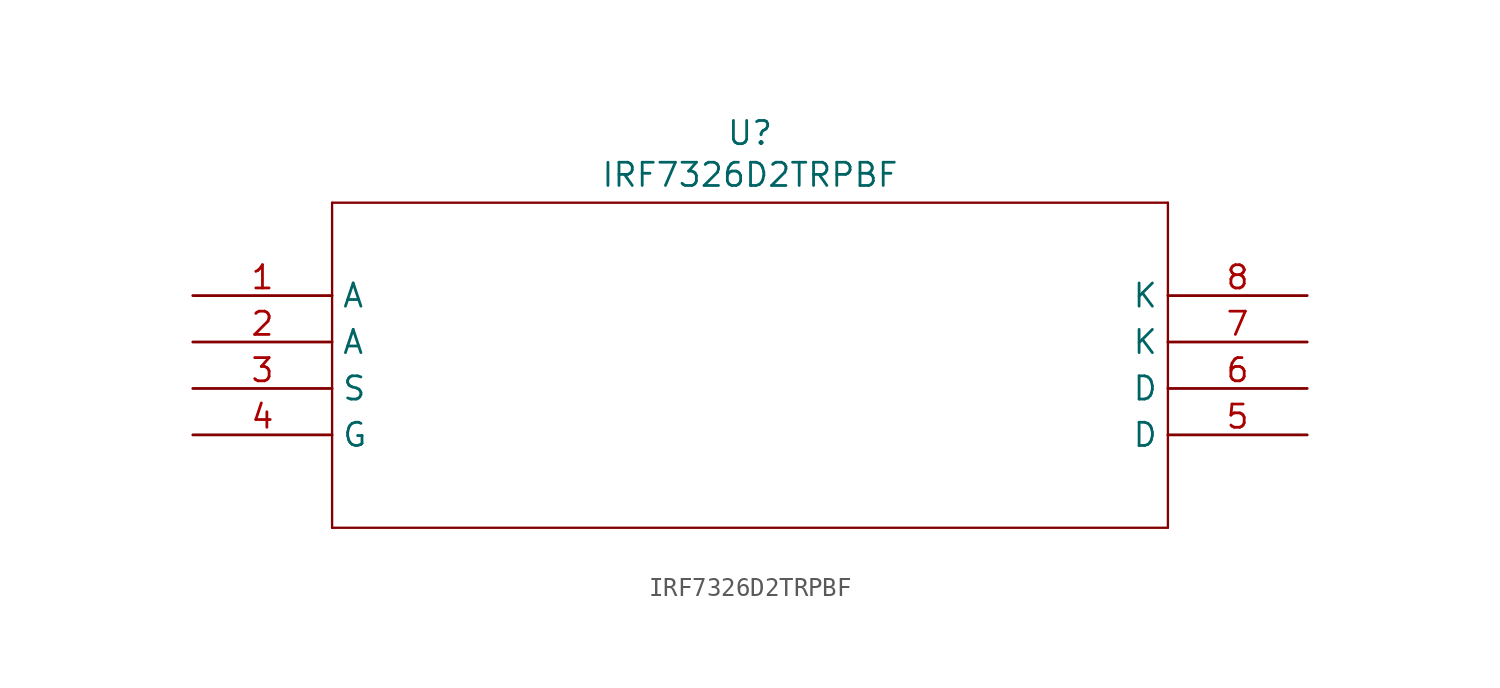
<source format=kicad_sym>
(kicad_symbol_lib
  (version 20241209)
  (generator "kicad_symbol_editor")
  (generator_version "9.0")
  (symbol "IRF7326D2TRPBF"
    (property "Reference" "U"
      (at 30.48 8.89 0)
      (effects (font (size 1.27 1.27))))
    (property "Value" "IRF7326D2TRPBF"
      (at 30.48 6.604 0)
      (effects (font (size 1.27 1.27))))
    (symbol "IRF7326D2TRPBF_0_1"
      (polyline (pts (xy 7.62 5.08) (xy 7.62 -12.7)) (stroke (width 0.127) (type default)) (fill (type none)))
      (polyline (pts (xy 7.62 -12.7) (xy 53.34 -12.7)) (stroke (width 0.127) (type default)) (fill (type none)))
      (polyline (pts (xy 53.34 5.08) (xy 7.62 5.08)) (stroke (width 0.127) (type default)) (fill (type none)))
      (polyline (pts (xy 53.34 -12.7) (xy 53.34 5.08)) (stroke (width 0.127) (type default)) (fill (type none))))
    (symbol "IRF7326D2TRPBF_1_1"
      (pin passive line (at 0 0 0) (length 7.62) (name "A" (effects (font (size 1.27 1.27)))) (number "1" (effects (font (size 1.27 1.27)))))
      (pin passive line (at 0 -2.54 0) (length 7.62) (name "A" (effects (font (size 1.27 1.27)))) (number "2" (effects (font (size 1.27 1.27)))))
      (pin passive line (at 0 -5.08 0) (length 7.62) (name "S" (effects (font (size 1.27 1.27)))) (number "3" (effects (font (size 1.27 1.27)))))
      (pin passive line (at 0 -7.62 0) (length 7.62) (name "G" (effects (font (size 1.27 1.27)))) (number "4" (effects (font (size 1.27 1.27)))))
      (pin passive line (at 60.96 0 180) (length 7.62) (name "K" (effects (font (size 1.27 1.27)))) (number "8" (effects (font (size 1.27 1.27)))))
      (pin passive line (at 60.96 -2.54 180) (length 7.62) (name "K" (effects (font (size 1.27 1.27)))) (number "7" (effects (font (size 1.27 1.27)))))
      (pin passive line (at 60.96 -5.08 180) (length 7.62) (name "D" (effects (font (size 1.27 1.27)))) (number "6" (effects (font (size 1.27 1.27)))))
      (pin passive line (at 60.96 -7.62 180) (length 7.62) (name "D" (effects (font (size 1.27 1.27)))) (number "5" (effects (font (size 1.27 1.27))))))))
</source>
